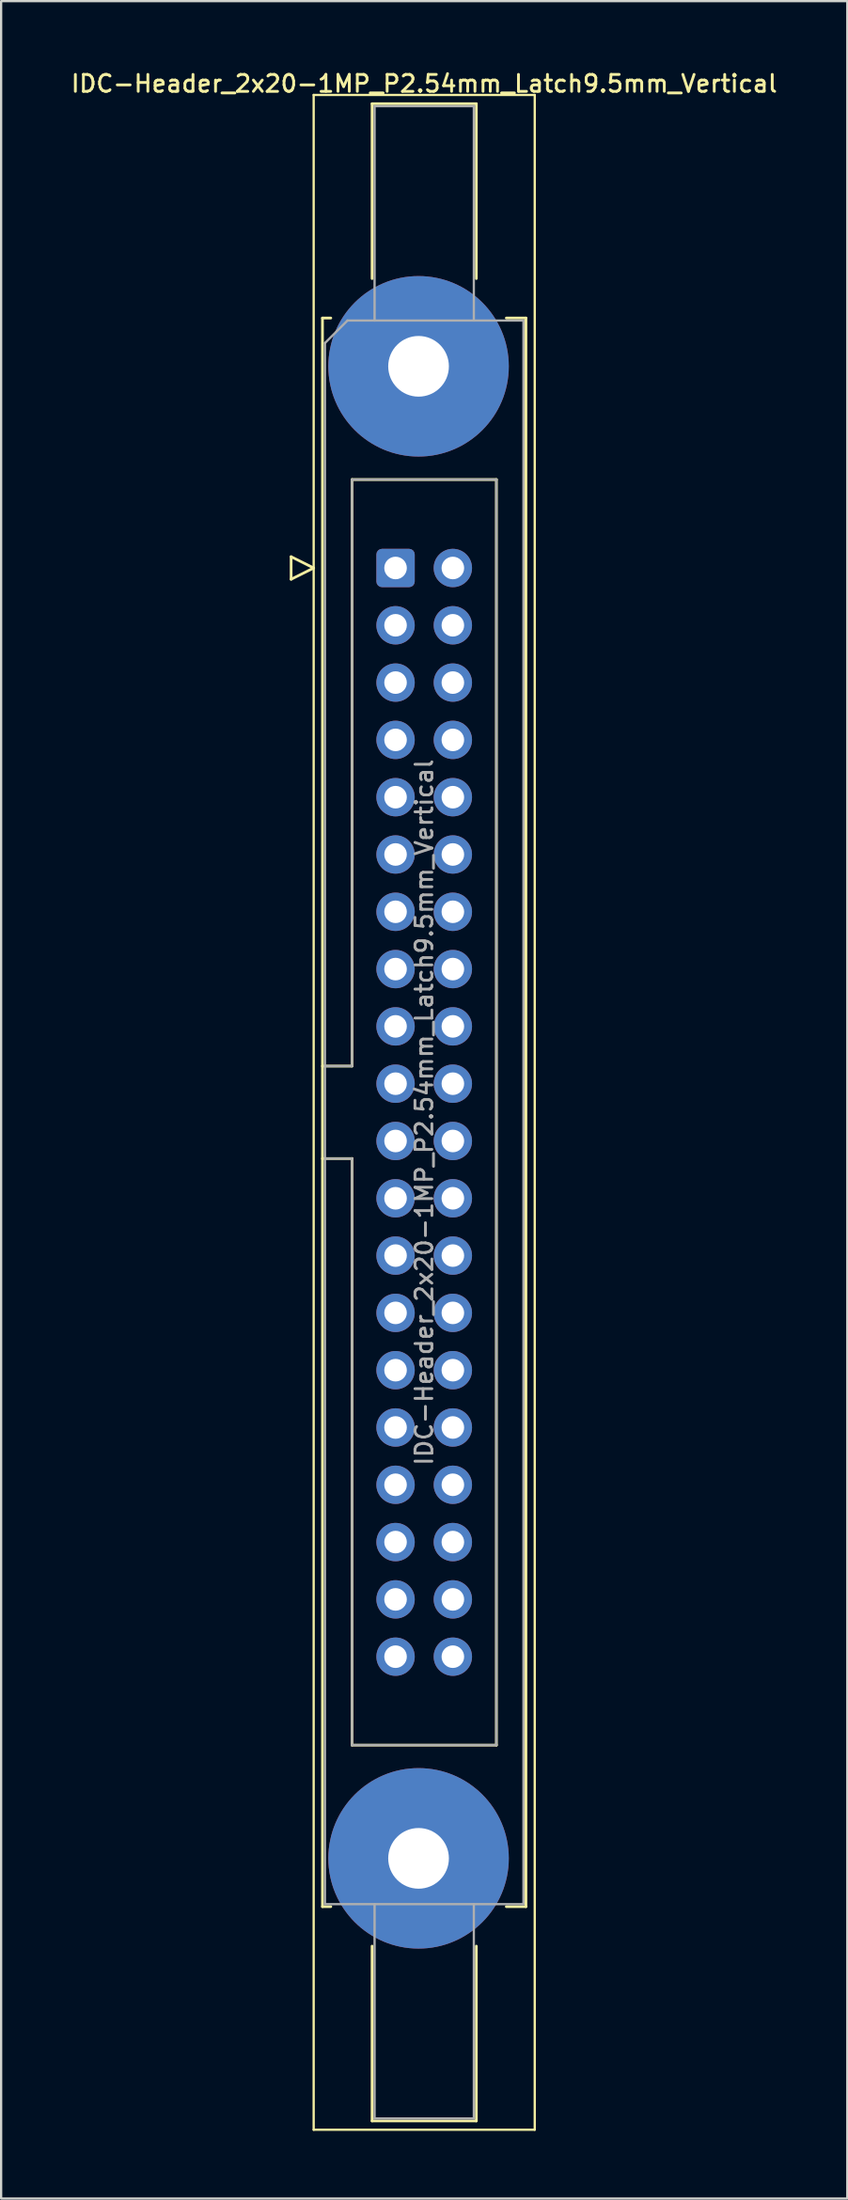
<source format=kicad_pcb>
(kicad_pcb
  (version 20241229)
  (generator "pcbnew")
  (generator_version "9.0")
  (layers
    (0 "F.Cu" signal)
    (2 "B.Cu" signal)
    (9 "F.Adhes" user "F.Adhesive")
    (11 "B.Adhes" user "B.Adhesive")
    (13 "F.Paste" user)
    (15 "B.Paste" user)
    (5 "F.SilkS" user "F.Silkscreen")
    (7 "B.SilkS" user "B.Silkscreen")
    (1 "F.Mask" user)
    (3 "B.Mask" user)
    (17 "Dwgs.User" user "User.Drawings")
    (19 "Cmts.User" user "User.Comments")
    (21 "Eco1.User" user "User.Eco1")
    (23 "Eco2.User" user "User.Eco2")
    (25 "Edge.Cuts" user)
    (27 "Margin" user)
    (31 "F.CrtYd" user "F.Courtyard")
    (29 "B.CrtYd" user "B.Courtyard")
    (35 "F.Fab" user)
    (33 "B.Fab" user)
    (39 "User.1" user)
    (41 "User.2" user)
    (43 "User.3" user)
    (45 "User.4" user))
  (footprint "IDC-Header_2x20-1MP_P2.54mm_Latch9.5mm_Vertical"
    (layer "F.Cu")
    (at 14.485 22.128)
    (property "Reference" "IDC-Header_2x20-1MP_P2.54mm_Latch9.5mm_Vertical" (at 1.27 -21.47 0) (layer "F.SilkS") (effects (font (size 0.75 0.75) (thickness 0.125))))
    (attr through_hole)
    (fp_line (start -4.63 -0.5) (end -4.63 0.5) (stroke (width 0.12) (type solid)) (layer "F.SilkS"))
    (fp_line (start -4.63 0.5) (end -3.63 0) (stroke (width 0.12) (type solid)) (layer "F.SilkS"))
    (fp_line (start -3.63 -20.97) (end -3.63 69.23) (stroke (width 0.1) (type solid)) (layer "F.SilkS"))
    (fp_line (start -3.63 0) (end -4.63 -0.5) (stroke (width 0.12) (type solid)) (layer "F.SilkS"))
    (fp_line (start -3.63 69.23) (end 6.17 69.23) (stroke (width 0.1) (type solid)) (layer "F.SilkS"))
    (fp_line (start -3.24 -11.08) (end -3.24 59.34) (stroke (width 0.12) (type solid)) (layer "F.SilkS"))
    (fp_line (start -3.24 22.08) (end -1.93 22.08) (stroke (width 0.12) (type solid)) (layer "F.SilkS"))
    (fp_line (start -3.24 59.34) (end -2.87 59.34) (stroke (width 0.12) (type solid)) (layer "F.SilkS"))
    (fp_line (start -2.87 -11.08) (end -3.24 -11.08) (stroke (width 0.12) (type solid)) (layer "F.SilkS"))
    (fp_line (start -1.93 -3.92) (end 4.47 -3.92) (stroke (width 0.12) (type solid)) (layer "F.SilkS"))
    (fp_line (start -1.93 22.08) (end -1.93 -3.92) (stroke (width 0.12) (type solid)) (layer "F.SilkS"))
    (fp_line (start -1.93 26.18) (end -3.24 26.18) (stroke (width 0.12) (type solid)) (layer "F.SilkS"))
    (fp_line (start -1.93 26.18) (end -1.93 26.18) (stroke (width 0.12) (type solid)) (layer "F.SilkS"))
    (fp_line (start -1.93 52.18) (end -1.93 26.18) (stroke (width 0.12) (type solid)) (layer "F.SilkS"))
    (fp_line (start -1.04 -20.58) (end 3.58 -20.58) (stroke (width 0.12) (type solid)) (layer "F.SilkS"))
    (fp_line (start -1.04 -12.83) (end -1.04 -20.58) (stroke (width 0.12) (type solid)) (layer "F.SilkS"))
    (fp_line (start -1.04 61.09) (end -1.04 68.84) (stroke (width 0.12) (type solid)) (layer "F.SilkS"))
    (fp_line (start -1.04 68.84) (end 3.58 68.84) (stroke (width 0.12) (type solid)) (layer "F.SilkS"))
    (fp_line (start 3.58 -20.58) (end 3.58 -12.83) (stroke (width 0.12) (type solid)) (layer "F.SilkS"))
    (fp_line (start 3.58 68.84) (end 3.58 61.09) (stroke (width 0.12) (type solid)) (layer "F.SilkS"))
    (fp_line (start 4.47 -3.92) (end 4.47 52.18) (stroke (width 0.12) (type solid)) (layer "F.SilkS"))
    (fp_line (start 4.47 52.18) (end -1.93 52.18) (stroke (width 0.12) (type solid)) (layer "F.SilkS"))
    (fp_line (start 4.91 -11.08) (end 5.78 -11.08) (stroke (width 0.12) (type solid)) (layer "F.SilkS"))
    (fp_line (start 5.78 -11.08) (end 5.78 59.34) (stroke (width 0.12) (type solid)) (layer "F.SilkS"))
    (fp_line (start 5.78 59.34) (end 4.91 59.34) (stroke (width 0.12) (type solid)) (layer "F.SilkS"))
    (fp_line (start 6.17 -20.97) (end -3.63 -20.97) (stroke (width 0.1) (type solid)) (layer "F.SilkS"))
    (fp_line (start 6.17 69.23) (end 6.17 -20.97) (stroke (width 0.1) (type solid)) (layer "F.SilkS"))
    (fp_line (start -3.13 -9.97) (end -2.13 -10.97) (stroke (width 0.1) (type solid)) (layer "F.Fab"))
    (fp_line (start -3.13 22.08) (end -1.93 22.08) (stroke (width 0.1) (type solid)) (layer "F.Fab"))
    (fp_line (start -3.13 59.23) (end -3.13 -9.97) (stroke (width 0.1) (type solid)) (layer "F.Fab"))
    (fp_line (start -2.13 -10.97) (end 5.67 -10.97) (stroke (width 0.1) (type solid)) (layer "F.Fab"))
    (fp_line (start -1.93 -3.92) (end 4.47 -3.92) (stroke (width 0.1) (type solid)) (layer "F.Fab"))
    (fp_line (start -1.93 22.08) (end -1.93 -3.92) (stroke (width 0.1) (type solid)) (layer "F.Fab"))
    (fp_line (start -1.93 26.18) (end -3.13 26.18) (stroke (width 0.1) (type solid)) (layer "F.Fab"))
    (fp_line (start -1.93 26.18) (end -1.93 26.18) (stroke (width 0.1) (type solid)) (layer "F.Fab"))
    (fp_line (start -1.93 52.18) (end -1.93 26.18) (stroke (width 0.1) (type solid)) (layer "F.Fab"))
    (fp_line (start -0.93 -20.47) (end 3.47 -20.47) (stroke (width 0.1) (type solid)) (layer "F.Fab"))
    (fp_line (start -0.93 -10.97) (end -0.93 -20.47) (stroke (width 0.1) (type solid)) (layer "F.Fab"))
    (fp_line (start -0.93 59.23) (end -0.93 68.73) (stroke (width 0.1) (type solid)) (layer "F.Fab"))
    (fp_line (start -0.93 68.73) (end 3.47 68.73) (stroke (width 0.1) (type solid)) (layer "F.Fab"))
    (fp_line (start 3.47 -20.47) (end 3.47 -10.97) (stroke (width 0.1) (type solid)) (layer "F.Fab"))
    (fp_line (start 3.47 68.73) (end 3.47 59.23) (stroke (width 0.1) (type solid)) (layer "F.Fab"))
    (fp_line (start 4.47 -3.92) (end 4.47 52.18) (stroke (width 0.1) (type solid)) (layer "F.Fab"))
    (fp_line (start 4.47 52.18) (end -1.93 52.18) (stroke (width 0.1) (type solid)) (layer "F.Fab"))
    (fp_line (start 5.67 -10.97) (end 5.67 59.23) (stroke (width 0.1) (type solid)) (layer "F.Fab"))
    (fp_line (start 5.67 59.23) (end -3.13 59.23) (stroke (width 0.1) (type solid)) (layer "F.Fab"))
    (fp_text user "${REFERENCE}" (at 1.27 24.13 90) (layer "F.Fab") (effects (font (size 0.75 0.75) (thickness 0.125))))
    (pad "1" thru_hole roundrect (at 0 0) (size 1.7 1.7) (drill 1) (layers "*.Cu" "*.Mask") (roundrect_rratio 0.147))
    (pad "2" thru_hole circle (at 2.54 0) (size 1.7 1.7) (drill 1) (layers "*.Cu" "*.Mask"))
    (pad "3" thru_hole circle (at 0 2.54) (size 1.7 1.7) (drill 1) (layers "*.Cu" "*.Mask"))
    (pad "4" thru_hole circle (at 2.54 2.54) (size 1.7 1.7) (drill 1) (layers "*.Cu" "*.Mask"))
    (pad "5" thru_hole circle (at 0 5.08) (size 1.7 1.7) (drill 1) (layers "*.Cu" "*.Mask"))
    (pad "6" thru_hole circle (at 2.54 5.08) (size 1.7 1.7) (drill 1) (layers "*.Cu" "*.Mask"))
    (pad "7" thru_hole circle (at 0 7.62) (size 1.7 1.7) (drill 1) (layers "*.Cu" "*.Mask"))
    (pad "8" thru_hole circle (at 2.54 7.62) (size 1.7 1.7) (drill 1) (layers "*.Cu" "*.Mask"))
    (pad "9" thru_hole circle (at 0 10.16) (size 1.7 1.7) (drill 1) (layers "*.Cu" "*.Mask"))
    (pad "10" thru_hole circle (at 2.54 10.16) (size 1.7 1.7) (drill 1) (layers "*.Cu" "*.Mask"))
    (pad "11" thru_hole circle (at 0 12.7) (size 1.7 1.7) (drill 1) (layers "*.Cu" "*.Mask"))
    (pad "12" thru_hole circle (at 2.54 12.7) (size 1.7 1.7) (drill 1) (layers "*.Cu" "*.Mask"))
    (pad "13" thru_hole circle (at 0 15.24) (size 1.7 1.7) (drill 1) (layers "*.Cu" "*.Mask"))
    (pad "14" thru_hole circle (at 2.54 15.24) (size 1.7 1.7) (drill 1) (layers "*.Cu" "*.Mask"))
    (pad "15" thru_hole circle (at 0 17.78) (size 1.7 1.7) (drill 1) (layers "*.Cu" "*.Mask"))
    (pad "16" thru_hole circle (at 2.54 17.78) (size 1.7 1.7) (drill 1) (layers "*.Cu" "*.Mask"))
    (pad "17" thru_hole circle (at 0 20.32) (size 1.7 1.7) (drill 1) (layers "*.Cu" "*.Mask"))
    (pad "18" thru_hole circle (at 2.54 20.32) (size 1.7 1.7) (drill 1) (layers "*.Cu" "*.Mask"))
    (pad "19" thru_hole circle (at 0 22.86) (size 1.7 1.7) (drill 1) (layers "*.Cu" "*.Mask"))
    (pad "20" thru_hole circle (at 2.54 22.86) (size 1.7 1.7) (drill 1) (layers "*.Cu" "*.Mask"))
    (pad "21" thru_hole circle (at 0 25.4) (size 1.7 1.7) (drill 1) (layers "*.Cu" "*.Mask"))
    (pad "22" thru_hole circle (at 2.54 25.4) (size 1.7 1.7) (drill 1) (layers "*.Cu" "*.Mask"))
    (pad "23" thru_hole circle (at 0 27.94) (size 1.7 1.7) (drill 1) (layers "*.Cu" "*.Mask"))
    (pad "24" thru_hole circle (at 2.54 27.94) (size 1.7 1.7) (drill 1) (layers "*.Cu" "*.Mask"))
    (pad "25" thru_hole circle (at 0 30.48) (size 1.7 1.7) (drill 1) (layers "*.Cu" "*.Mask"))
    (pad "26" thru_hole circle (at 2.54 30.48) (size 1.7 1.7) (drill 1) (layers "*.Cu" "*.Mask"))
    (pad "27" thru_hole circle (at 0 33.02) (size 1.7 1.7) (drill 1) (layers "*.Cu" "*.Mask"))
    (pad "28" thru_hole circle (at 2.54 33.02) (size 1.7 1.7) (drill 1) (layers "*.Cu" "*.Mask"))
    (pad "29" thru_hole circle (at 0 35.56) (size 1.7 1.7) (drill 1) (layers "*.Cu" "*.Mask"))
    (pad "30" thru_hole circle (at 2.54 35.56) (size 1.7 1.7) (drill 1) (layers "*.Cu" "*.Mask"))
    (pad "31" thru_hole circle (at 0 38.1) (size 1.7 1.7) (drill 1) (layers "*.Cu" "*.Mask"))
    (pad "32" thru_hole circle (at 2.54 38.1) (size 1.7 1.7) (drill 1) (layers "*.Cu" "*.Mask"))
    (pad "33" thru_hole circle (at 0 40.64) (size 1.7 1.7) (drill 1) (layers "*.Cu" "*.Mask"))
    (pad "34" thru_hole circle (at 2.54 40.64) (size 1.7 1.7) (drill 1) (layers "*.Cu" "*.Mask"))
    (pad "35" thru_hole circle (at 0 43.18) (size 1.7 1.7) (drill 1) (layers "*.Cu" "*.Mask"))
    (pad "36" thru_hole circle (at 2.54 43.18) (size 1.7 1.7) (drill 1) (layers "*.Cu" "*.Mask"))
    (pad "37" thru_hole circle (at 0 45.72) (size 1.7 1.7) (drill 1) (layers "*.Cu" "*.Mask"))
    (pad "38" thru_hole circle (at 2.54 45.72) (size 1.7 1.7) (drill 1) (layers "*.Cu" "*.Mask"))
    (pad "39" thru_hole circle (at 0 48.26) (size 1.7 1.7) (drill 1) (layers "*.Cu" "*.Mask"))
    (pad "40" thru_hole circle (at 2.54 48.26) (size 1.7 1.7) (drill 1) (layers "*.Cu" "*.Mask"))
    (pad "MP" thru_hole circle (at 1.02 -8.94) (size 8 8) (drill 2.69) (layers "*.Cu" "*.Mask"))
    (pad "MP" thru_hole circle (at 1.02 57.2) (size 8 8) (drill 2.69) (layers "*.Cu" "*.Mask")))
  (gr_rect
    (start -3 -3)
    (end 34.511 94.408)
    (stroke (width 0.1) (type default))
    (fill no)
    (layer "Edge.Cuts")))
</source>
